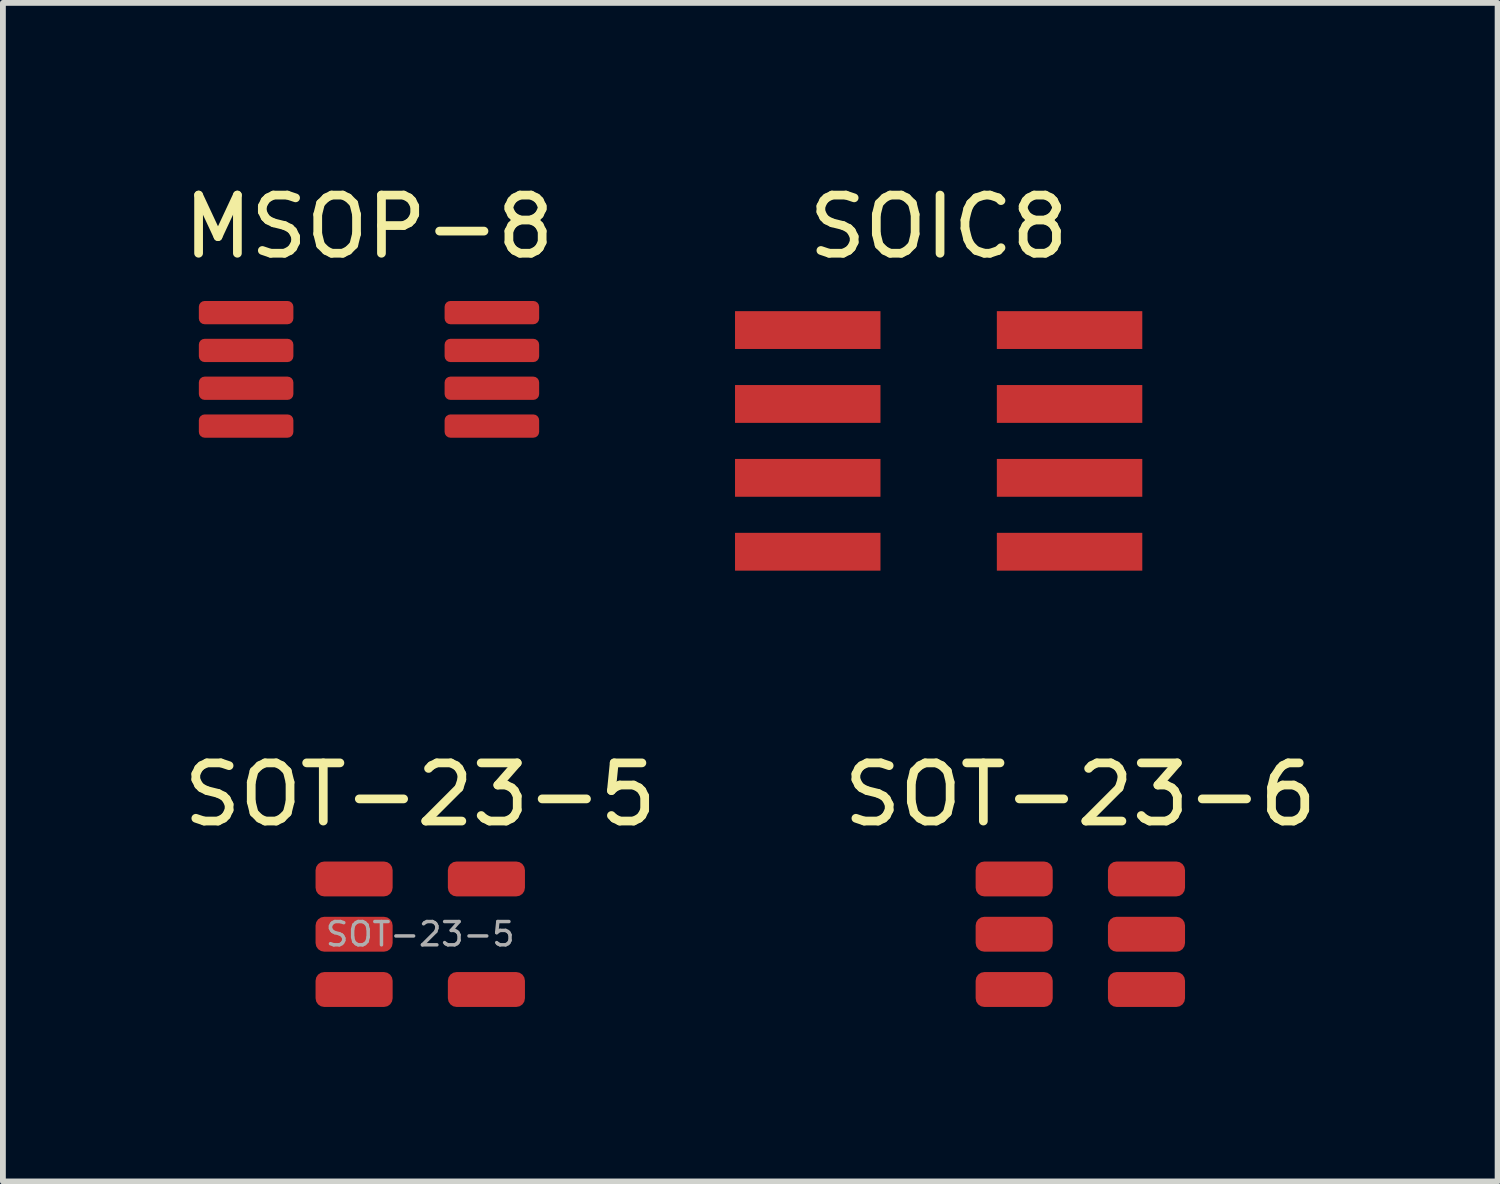
<source format=kicad_pcb>
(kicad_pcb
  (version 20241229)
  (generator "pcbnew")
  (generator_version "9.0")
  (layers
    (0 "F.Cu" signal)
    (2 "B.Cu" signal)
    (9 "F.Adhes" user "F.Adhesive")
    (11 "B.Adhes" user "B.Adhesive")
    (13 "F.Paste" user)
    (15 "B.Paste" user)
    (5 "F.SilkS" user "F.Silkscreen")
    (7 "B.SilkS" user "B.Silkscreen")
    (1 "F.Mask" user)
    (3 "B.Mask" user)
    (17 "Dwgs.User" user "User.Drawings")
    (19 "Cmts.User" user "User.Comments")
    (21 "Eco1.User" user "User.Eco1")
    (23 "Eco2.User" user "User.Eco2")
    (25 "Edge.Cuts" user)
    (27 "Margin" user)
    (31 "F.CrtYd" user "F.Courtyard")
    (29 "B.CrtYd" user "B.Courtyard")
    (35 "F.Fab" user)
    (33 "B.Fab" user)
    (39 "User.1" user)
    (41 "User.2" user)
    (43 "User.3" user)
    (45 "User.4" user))
  (footprint "SOT-23-6"
    (layer "F.Cu")
    (at 15.518 13.007)
    (property "Reference" "SOT-23-6" (at 0 -2.4 0) (layer "F.SilkS") (effects (font (size 1 1) (thickness 0.15))))
    (attr smd)
    (pad "1" smd roundrect (at -1.137 -0.95) (size 1.325 0.6) (layers "F.Cu" "F.Mask" "F.Paste") (roundrect_rratio 0.25))
    (pad "2" smd roundrect (at -1.137 0) (size 1.325 0.6) (layers "F.Cu" "F.Mask" "F.Paste") (roundrect_rratio 0.25))
    (pad "3" smd roundrect (at -1.137 0.95) (size 1.325 0.6) (layers "F.Cu" "F.Mask" "F.Paste") (roundrect_rratio 0.25))
    (pad "4" smd roundrect (at 1.137 0.95) (size 1.325 0.6) (layers "F.Cu" "F.Mask" "F.Paste") (roundrect_rratio 0.25))
    (pad "5" smd roundrect (at 1.137 0) (size 1.325 0.6) (layers "F.Cu" "F.Mask" "F.Paste") (roundrect_rratio 0.25))
    (pad "6" smd roundrect (at 1.137 -0.95) (size 1.325 0.6) (layers "F.Cu" "F.Mask" "F.Paste") (roundrect_rratio 0.25)))
  (footprint "MSOP-8"
    (layer "F.Cu")
    (at 3.292 3.298)
    (property "Reference" "MSOP-8" (at 0 -2.45 0) (layer "F.SilkS") (effects (font (size 1 1) (thickness 0.15))))
    (attr smd)
    (pad "1" smd roundrect (at -2.112 -0.975) (size 1.625 0.4) (layers "F.Cu" "F.Mask" "F.Paste") (roundrect_rratio 0.25))
    (pad "2" smd roundrect (at -2.112 -0.325) (size 1.625 0.4) (layers "F.Cu" "F.Mask" "F.Paste") (roundrect_rratio 0.25))
    (pad "3" smd roundrect (at -2.112 0.325) (size 1.625 0.4) (layers "F.Cu" "F.Mask" "F.Paste") (roundrect_rratio 0.25))
    (pad "4" smd roundrect (at -2.112 0.975) (size 1.625 0.4) (layers "F.Cu" "F.Mask" "F.Paste") (roundrect_rratio 0.25))
    (pad "5" smd roundrect (at 2.112 0.975) (size 1.625 0.4) (layers "F.Cu" "F.Mask" "F.Paste") (roundrect_rratio 0.25))
    (pad "6" smd roundrect (at 2.112 0.325) (size 1.625 0.4) (layers "F.Cu" "F.Mask" "F.Paste") (roundrect_rratio 0.25))
    (pad "7" smd roundrect (at 2.112 -0.325) (size 1.625 0.4) (layers "F.Cu" "F.Mask" "F.Paste") (roundrect_rratio 0.25))
    (pad "8" smd roundrect (at 2.112 -0.975) (size 1.625 0.4) (layers "F.Cu" "F.Mask" "F.Paste") (roundrect_rratio 0.25)))
  (footprint "SOT-23-5"
    (layer "F.Cu")
    (at 4.173 13.007)
    (property "Reference" "SOT-23-5" (at 0 -2.4 0) (layer "F.SilkS") (effects (font (size 1 1) (thickness 0.15))))
    (attr smd)
    (fp_text user "${REFERENCE}" (at 0 0 0) (layer "F.Fab") (effects (font (size 0.4 0.4) (thickness 0.06))))
    (pad "1" smd roundrect (at -1.137 -0.95) (size 1.325 0.6) (layers "F.Cu" "F.Mask" "F.Paste") (roundrect_rratio 0.25))
    (pad "2" smd roundrect (at -1.137 0) (size 1.325 0.6) (layers "F.Cu" "F.Mask" "F.Paste") (roundrect_rratio 0.25))
    (pad "3" smd roundrect (at -1.137 0.95) (size 1.325 0.6) (layers "F.Cu" "F.Mask" "F.Paste") (roundrect_rratio 0.25))
    (pad "4" smd roundrect (at 1.137 0.95) (size 1.325 0.6) (layers "F.Cu" "F.Mask" "F.Paste") (roundrect_rratio 0.25))
    (pad "5" smd roundrect (at 1.137 -0.95) (size 1.325 0.6) (layers "F.Cu" "F.Mask" "F.Paste") (roundrect_rratio 0.25)))
  (footprint "SOIC8"
    (layer "F.Cu")
    (at 13.083 4.528)
    (property "Reference" "SOIC8" (at 0 -3.68 0) (layer "F.SilkS") (effects (font (size 1 1) (thickness 0.15))))
    (attr smd)
    (pad "1" smd rect (at -2.25 -1.905) (size 2.5 0.65) (layers "F.Cu" "F.Mask" "F.Paste"))
    (pad "2" smd rect (at -2.25 -0.635) (size 2.5 0.65) (layers "F.Cu" "F.Mask" "F.Paste"))
    (pad "3" smd rect (at -2.25 0.635) (size 2.5 0.65) (layers "F.Cu" "F.Mask" "F.Paste"))
    (pad "4" smd rect (at -2.25 1.905) (size 2.5 0.65) (layers "F.Cu" "F.Mask" "F.Paste"))
    (pad "5" smd rect (at 2.25 1.905) (size 2.5 0.65) (layers "F.Cu" "F.Mask" "F.Paste"))
    (pad "6" smd rect (at 2.25 0.635) (size 2.5 0.65) (layers "F.Cu" "F.Mask" "F.Paste"))
    (pad "7" smd rect (at 2.25 -0.635) (size 2.5 0.65) (layers "F.Cu" "F.Mask" "F.Paste"))
    (pad "8" smd rect (at 2.25 -1.905) (size 2.5 0.65) (layers "F.Cu" "F.Mask" "F.Paste")))
  (gr_rect
    (start -3 -3)
    (end 22.69 17.256)
    (stroke (width 0.1) (type default))
    (fill no)
    (layer "Edge.Cuts")))
</source>
